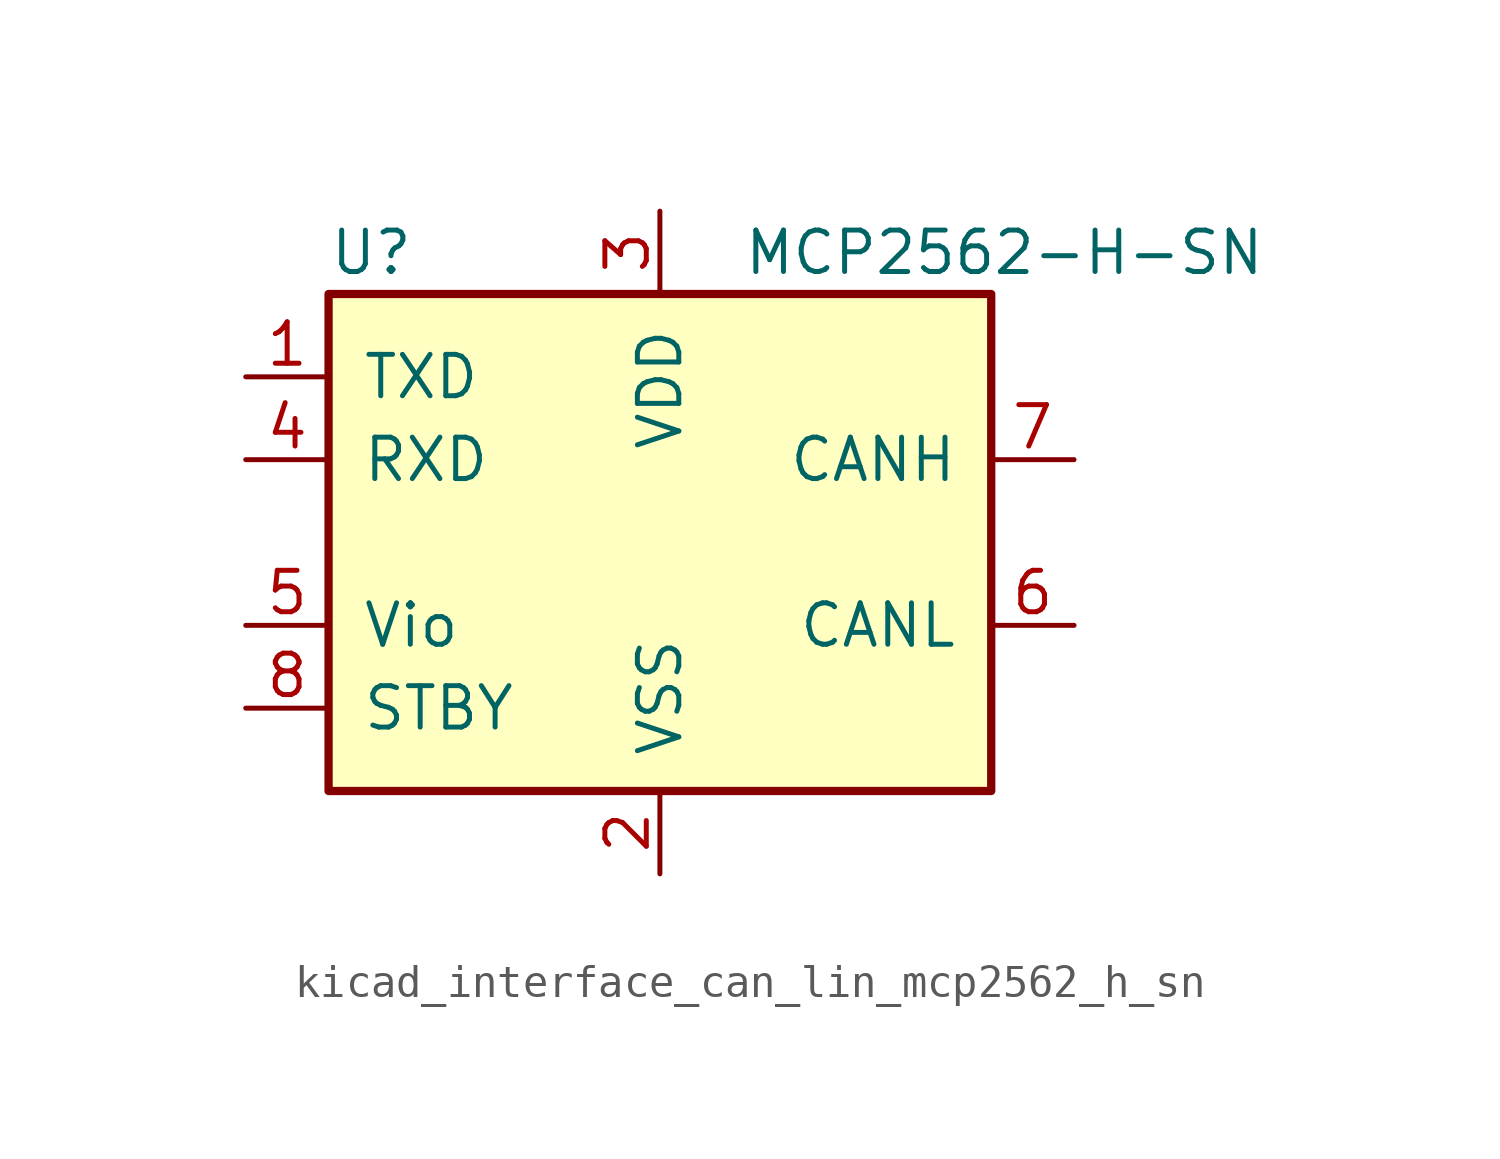
<source format=kicad_sym>
(kicad_symbol_lib
  (version 20220914)
  (generator kicad_symbol_editor)
  (symbol "kicad_interface_can_lin_mcp2562_h_sn"
    (pin_names
      (offset 1.016))
    (property "Reference" "U"
      (at -10.16 8.89 0)
      (effects (font (size 1.27 1.27)) (justify left)))
    (property "Value" "MCP2562-H-SN"
      (at 2.54 8.89 0)
      (effects (font (size 1.27 1.27)) (justify left)))
    (symbol "kicad_interface_can_lin_mcp2562_h_sn_0_1"
      (rectangle (start -10.16 7.62) (end 10.16 -7.62) (stroke (width 0.254) (type default)) (fill (type background))))
    (symbol "kicad_interface_can_lin_mcp2562_h_sn_1_1"
      (pin input line (at -12.7 5.08 0) (length 2.54) (name "TXD" (effects (font (size 1.27 1.27)))) (number "1" (effects (font (size 1.27 1.27)))))
      (pin power_in line (at 0 -10.16 90) (length 2.54) (name "VSS" (effects (font (size 1.27 1.27)))) (number "2" (effects (font (size 1.27 1.27)))))
      (pin power_in line (at 0 10.16 270) (length 2.54) (name "VDD" (effects (font (size 1.27 1.27)))) (number "3" (effects (font (size 1.27 1.27)))))
      (pin output line (at -12.7 2.54 0) (length 2.54) (name "RXD" (effects (font (size 1.27 1.27)))) (number "4" (effects (font (size 1.27 1.27)))))
      (pin power_in line (at -12.7 -2.54 0) (length 2.54) (name "Vio" (effects (font (size 1.27 1.27)))) (number "5" (effects (font (size 1.27 1.27)))))
      (pin bidirectional line (at 12.7 -2.54 180) (length 2.54) (name "CANL" (effects (font (size 1.27 1.27)))) (number "6" (effects (font (size 1.27 1.27)))))
      (pin bidirectional line (at 12.7 2.54 180) (length 2.54) (name "CANH" (effects (font (size 1.27 1.27)))) (number "7" (effects (font (size 1.27 1.27)))))
      (pin input line (at -12.7 -5.08 0) (length 2.54) (name "STBY" (effects (font (size 1.27 1.27)))) (number "8" (effects (font (size 1.27 1.27))))))))
</source>
